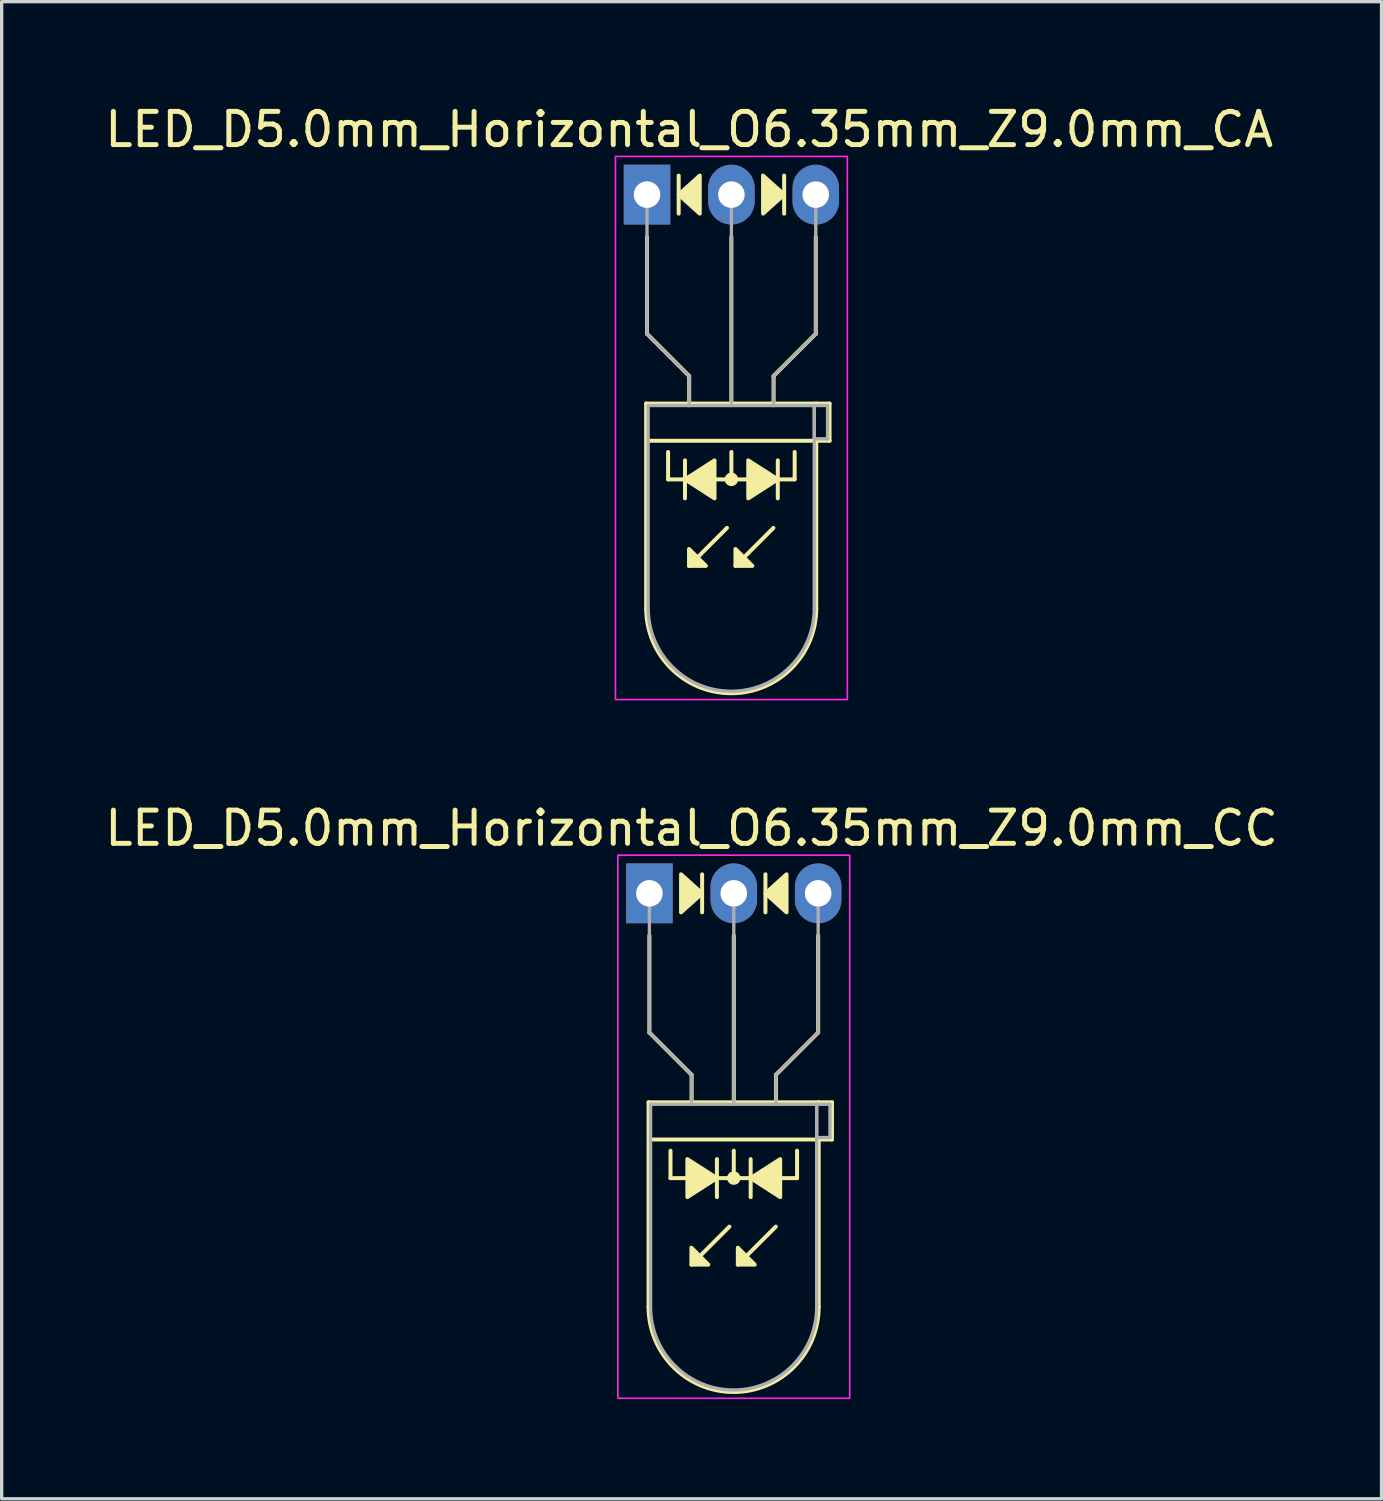
<source format=kicad_pcb>
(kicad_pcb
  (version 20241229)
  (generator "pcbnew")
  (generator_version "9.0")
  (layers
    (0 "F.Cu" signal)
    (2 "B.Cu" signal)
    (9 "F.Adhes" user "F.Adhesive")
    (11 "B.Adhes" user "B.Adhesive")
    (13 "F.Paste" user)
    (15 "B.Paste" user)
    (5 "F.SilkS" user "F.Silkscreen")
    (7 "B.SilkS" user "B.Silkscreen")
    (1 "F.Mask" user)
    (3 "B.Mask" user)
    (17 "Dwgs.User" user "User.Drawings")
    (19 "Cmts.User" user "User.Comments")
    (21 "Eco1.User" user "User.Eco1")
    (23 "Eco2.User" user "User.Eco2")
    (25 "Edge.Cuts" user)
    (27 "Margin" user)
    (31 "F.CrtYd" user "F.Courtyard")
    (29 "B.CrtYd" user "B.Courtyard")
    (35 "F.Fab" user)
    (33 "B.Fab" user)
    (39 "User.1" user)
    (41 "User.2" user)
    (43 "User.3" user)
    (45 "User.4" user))
  (footprint "LED_D5.0mm_Horizontal_O6.35mm_Z9.0mm_CA"
    (layer "F.Cu")
    (at 16.426 2.808)
    (property "Reference" "LED_D5.0mm_Horizontal_O6.35mm_Z9.0mm_CA" (at 1.27 -1.96 0) (layer "F.SilkS") (effects (font (size 1 1) (thickness 0.15))))
    (fp_line (start -0.025 6.29) (end -0.025 12.45) (stroke (width 0.12) (type solid)) (layer "F.SilkS"))
    (fp_line (start -0.025 6.29) (end 5.095 6.29) (stroke (width 0.12) (type solid)) (layer "F.SilkS"))
    (fp_line (start 0 1.27) (end 0 4.191) (stroke (width 0.12) (type default)) (layer "F.SilkS"))
    (fp_line (start 0 4.191) (end 1.27 5.461) (stroke (width 0.12) (type default)) (layer "F.SilkS"))
    (fp_line (start 0.635 8.572) (end 0.635 7.747) (stroke (width 0.12) (type default)) (layer "F.SilkS"))
    (fp_line (start 0.635 8.572) (end 4.445 8.572) (stroke (width 0.12) (type default)) (layer "F.SilkS"))
    (fp_line (start 0.953 -0.572) (end 0.953 0.572) (stroke (width 0.12) (type solid)) (layer "F.SilkS"))
    (fp_line (start 1.143 8.001) (end 1.143 9.144) (stroke (width 0.12) (type solid)) (layer "F.SilkS"))
    (fp_line (start 1.265 6.29) (end 1.265 6.29) (stroke (width 0.12) (type solid)) (layer "F.SilkS"))
    (fp_line (start 1.27 5.461) (end 1.27 6.29) (stroke (width 0.12) (type default)) (layer "F.SilkS"))
    (fp_line (start 2.408 10.033) (end 1.265 11.176) (stroke (width 0.12) (type solid)) (layer "F.SilkS"))
    (fp_line (start 2.54 6.29) (end 2.54 1.27) (stroke (width 0.12) (type default)) (layer "F.SilkS"))
    (fp_line (start 2.54 8.572) (end 2.54 7.747) (stroke (width 0.12) (type default)) (layer "F.SilkS"))
    (fp_line (start 3.805 6.29) (end 3.805 6.29) (stroke (width 0.12) (type solid)) (layer "F.SilkS"))
    (fp_line (start 3.805 10.033) (end 2.662 11.176) (stroke (width 0.12) (type solid)) (layer "F.SilkS"))
    (fp_line (start 3.81 5.461) (end 3.81 6.29) (stroke (width 0.12) (type default)) (layer "F.SilkS"))
    (fp_line (start 3.937 9.144) (end 3.937 8.001) (stroke (width 0.12) (type solid)) (layer "F.SilkS"))
    (fp_line (start 4.128 0.572) (end 4.128 -0.572) (stroke (width 0.12) (type solid)) (layer "F.SilkS"))
    (fp_line (start 4.445 8.572) (end 4.445 7.747) (stroke (width 0.12) (type default)) (layer "F.SilkS"))
    (fp_line (start 5.08 1.27) (end 5.08 4.191) (stroke (width 0.12) (type default)) (layer "F.SilkS"))
    (fp_line (start 5.08 4.191) (end 3.81 5.461) (stroke (width 0.12) (type default)) (layer "F.SilkS"))
    (fp_line (start 5.095 6.29) (end 5.495 6.29) (stroke (width 0.12) (type solid)) (layer "F.SilkS"))
    (fp_line (start 5.095 7.41) (end 5.095 12.45) (stroke (width 0.12) (type solid)) (layer "F.SilkS"))
    (fp_line (start 5.495 6.29) (end 5.495 7.41) (stroke (width 0.12) (type solid)) (layer "F.SilkS"))
    (fp_line (start 5.495 7.41) (end -0.005 7.41) (stroke (width 0.12) (type solid)) (layer "F.SilkS"))
    (fp_arc (start 5.095 12.45) (mid 2.535 15.01) (end -0.025 12.45) (stroke (width 0.12) (type solid)) (layer "F.SilkS"))
    (fp_circle (center 2.54 8.572) (end 2.682 8.572) (stroke (width 0.12) (type solid)) (fill yes) (layer "F.SilkS"))
    (fp_poly (pts (xy 1.265 10.668) (xy 1.773 11.176) (xy 1.265 11.176)) (stroke (width 0.12) (type solid)) (fill yes) (layer "F.SilkS"))
    (fp_poly (pts (xy 1.587 0.572) (xy 0.953 0) (xy 1.587 -0.572)) (stroke (width 0.12) (type solid)) (fill yes) (layer "F.SilkS"))
    (fp_poly (pts (xy 2.032 9.144) (xy 1.143 8.572) (xy 2.032 8.001)) (stroke (width 0.12) (type solid)) (fill yes) (layer "F.SilkS"))
    (fp_poly (pts (xy 2.662 10.668) (xy 3.17 11.176) (xy 2.662 11.176)) (stroke (width 0.12) (type solid)) (fill yes) (layer "F.SilkS"))
    (fp_poly (pts (xy 3.048 8.001) (xy 3.937 8.572) (xy 3.048 9.144)) (stroke (width 0.12) (type solid)) (fill yes) (layer "F.SilkS"))
    (fp_poly (pts (xy 3.493 -0.572) (xy 4.128 0) (xy 3.493 0.572)) (stroke (width 0.12) (type solid)) (fill yes) (layer "F.SilkS"))
    (fp_rect (start -0.95 -1.15) (end 6.03 15.2) (stroke (width 0.05) (type default)) (fill no) (layer "F.CrtYd"))
    (fp_line (start 0 0) (end 0 0) (stroke (width 0.1) (type solid)) (layer "F.Fab"))
    (fp_line (start 0 4.191) (end 0 0) (stroke (width 0.1) (type default)) (layer "F.Fab"))
    (fp_line (start 0.035 6.35) (end 0.035 12.45) (stroke (width 0.1) (type solid)) (layer "F.Fab"))
    (fp_line (start 0.035 6.35) (end 5.035 6.35) (stroke (width 0.1) (type solid)) (layer "F.Fab"))
    (fp_line (start 1.265 6.35) (end 1.265 6.35) (stroke (width 0.1) (type solid)) (layer "F.Fab"))
    (fp_line (start 1.27 5.461) (end 0 4.191) (stroke (width 0.1) (type default)) (layer "F.Fab"))
    (fp_line (start 1.27 5.461) (end 1.27 6.35) (stroke (width 0.1) (type default)) (layer "F.Fab"))
    (fp_line (start 2.54 0) (end 2.54 0) (stroke (width 0.1) (type solid)) (layer "F.Fab"))
    (fp_line (start 2.54 0) (end 2.54 6.35) (stroke (width 0.1) (type default)) (layer "F.Fab"))
    (fp_line (start 3.805 6.35) (end 3.805 6.35) (stroke (width 0.1) (type solid)) (layer "F.Fab"))
    (fp_line (start 3.81 5.461) (end 3.81 6.35) (stroke (width 0.1) (type default)) (layer "F.Fab"))
    (fp_line (start 3.81 5.461) (end 5.08 4.191) (stroke (width 0.1) (type default)) (layer "F.Fab"))
    (fp_line (start 5.035 6.35) (end 5.035 12.45) (stroke (width 0.1) (type solid)) (layer "F.Fab"))
    (fp_line (start 5.035 6.35) (end 5.435 6.35) (stroke (width 0.1) (type solid)) (layer "F.Fab"))
    (fp_line (start 5.035 7.35) (end 5.035 6.35) (stroke (width 0.1) (type solid)) (layer "F.Fab"))
    (fp_line (start 5.08 4.191) (end 5.08 0) (stroke (width 0.1) (type default)) (layer "F.Fab"))
    (fp_line (start 5.435 6.35) (end 5.435 7.35) (stroke (width 0.1) (type solid)) (layer "F.Fab"))
    (fp_line (start 5.435 7.35) (end 5.035 7.35) (stroke (width 0.1) (type solid)) (layer "F.Fab"))
    (fp_arc (start 5.035 12.45) (mid 2.535 14.95) (end 0.035 12.45) (stroke (width 0.1) (type solid)) (layer "F.Fab"))
    (pad "1" thru_hole rect (at 0 0) (size 1.4 1.8) (drill 0.8) (layers "*.Cu" "*.Mask"))
    (pad "2" thru_hole oval (at 2.54 0) (size 1.4 1.8) (drill 0.8) (layers "*.Cu" "*.Mask"))
    (pad "3" thru_hole oval (at 5.08 0) (size 1.4 1.8) (drill 0.8) (layers "*.Cu" "*.Mask")))
  (footprint "LED_D5.0mm_Horizontal_O6.35mm_Z9.0mm_CC"
    (layer "F.Cu")
    (at 16.498 23.841)
    (property "Reference" "LED_D5.0mm_Horizontal_O6.35mm_Z9.0mm_CC" (at 1.27 -1.96 0) (layer "F.SilkS") (effects (font (size 1 1) (thickness 0.15))))
    (fp_line (start -0.025 6.29) (end -0.025 12.45) (stroke (width 0.12) (type solid)) (layer "F.SilkS"))
    (fp_line (start -0.025 6.29) (end 5.095 6.29) (stroke (width 0.12) (type solid)) (layer "F.SilkS"))
    (fp_line (start 0 1.27) (end 0 4.191) (stroke (width 0.12) (type default)) (layer "F.SilkS"))
    (fp_line (start 0 4.191) (end 1.27 5.461) (stroke (width 0.12) (type default)) (layer "F.SilkS"))
    (fp_line (start 0.635 8.572) (end 0.635 7.747) (stroke (width 0.12) (type default)) (layer "F.SilkS"))
    (fp_line (start 0.635 8.572) (end 4.445 8.572) (stroke (width 0.12) (type default)) (layer "F.SilkS"))
    (fp_line (start 1.265 6.29) (end 1.265 6.29) (stroke (width 0.12) (type solid)) (layer "F.SilkS"))
    (fp_line (start 1.27 5.461) (end 1.27 6.29) (stroke (width 0.12) (type default)) (layer "F.SilkS"))
    (fp_line (start 1.587 0.572) (end 1.587 -0.572) (stroke (width 0.12) (type solid)) (layer "F.SilkS"))
    (fp_line (start 2.032 9.144) (end 2.032 8.001) (stroke (width 0.12) (type solid)) (layer "F.SilkS"))
    (fp_line (start 2.408 10.033) (end 1.265 11.176) (stroke (width 0.12) (type solid)) (layer "F.SilkS"))
    (fp_line (start 2.54 6.29) (end 2.54 1.27) (stroke (width 0.12) (type default)) (layer "F.SilkS"))
    (fp_line (start 2.54 8.572) (end 2.54 7.747) (stroke (width 0.12) (type default)) (layer "F.SilkS"))
    (fp_line (start 3.048 8.001) (end 3.048 9.144) (stroke (width 0.12) (type solid)) (layer "F.SilkS"))
    (fp_line (start 3.493 -0.572) (end 3.493 0.572) (stroke (width 0.12) (type solid)) (layer "F.SilkS"))
    (fp_line (start 3.805 6.29) (end 3.805 6.29) (stroke (width 0.12) (type solid)) (layer "F.SilkS"))
    (fp_line (start 3.805 10.033) (end 2.662 11.176) (stroke (width 0.12) (type solid)) (layer "F.SilkS"))
    (fp_line (start 3.81 5.461) (end 3.81 6.29) (stroke (width 0.12) (type default)) (layer "F.SilkS"))
    (fp_line (start 4.445 8.572) (end 4.445 7.747) (stroke (width 0.12) (type default)) (layer "F.SilkS"))
    (fp_line (start 5.08 1.27) (end 5.08 4.191) (stroke (width 0.12) (type default)) (layer "F.SilkS"))
    (fp_line (start 5.08 4.191) (end 3.81 5.461) (stroke (width 0.12) (type default)) (layer "F.SilkS"))
    (fp_line (start 5.095 6.29) (end 5.495 6.29) (stroke (width 0.12) (type solid)) (layer "F.SilkS"))
    (fp_line (start 5.095 7.41) (end 5.095 12.45) (stroke (width 0.12) (type solid)) (layer "F.SilkS"))
    (fp_line (start 5.495 6.29) (end 5.495 7.41) (stroke (width 0.12) (type solid)) (layer "F.SilkS"))
    (fp_line (start 5.495 7.41) (end -0.005 7.41) (stroke (width 0.12) (type solid)) (layer "F.SilkS"))
    (fp_arc (start 5.095 12.45) (mid 2.535 15.01) (end -0.025 12.45) (stroke (width 0.12) (type solid)) (layer "F.SilkS"))
    (fp_circle (center 2.54 8.572) (end 2.682 8.572) (stroke (width 0.12) (type solid)) (fill yes) (layer "F.SilkS"))
    (fp_poly (pts (xy 0.953 -0.572) (xy 1.587 0) (xy 0.953 0.572)) (stroke (width 0.12) (type solid)) (fill yes) (layer "F.SilkS"))
    (fp_poly (pts (xy 1.143 8.001) (xy 2.032 8.572) (xy 1.143 9.144)) (stroke (width 0.12) (type solid)) (fill yes) (layer "F.SilkS"))
    (fp_poly (pts (xy 1.265 10.668) (xy 1.773 11.176) (xy 1.265 11.176)) (stroke (width 0.12) (type solid)) (fill yes) (layer "F.SilkS"))
    (fp_poly (pts (xy 2.662 10.668) (xy 3.17 11.176) (xy 2.662 11.176)) (stroke (width 0.12) (type solid)) (fill yes) (layer "F.SilkS"))
    (fp_poly (pts (xy 3.937 9.144) (xy 3.048 8.572) (xy 3.937 8.001)) (stroke (width 0.12) (type solid)) (fill yes) (layer "F.SilkS"))
    (fp_poly (pts (xy 4.128 0.572) (xy 3.493 0) (xy 4.128 -0.572)) (stroke (width 0.12) (type solid)) (fill yes) (layer "F.SilkS"))
    (fp_rect (start -0.95 -1.15) (end 6.03 15.2) (stroke (width 0.05) (type default)) (fill no) (layer "F.CrtYd"))
    (fp_line (start 0 0) (end 0 0) (stroke (width 0.1) (type solid)) (layer "F.Fab"))
    (fp_line (start 0 4.191) (end 0 0) (stroke (width 0.1) (type default)) (layer "F.Fab"))
    (fp_line (start 0.035 6.35) (end 0.035 12.45) (stroke (width 0.1) (type solid)) (layer "F.Fab"))
    (fp_line (start 0.035 6.35) (end 5.035 6.35) (stroke (width 0.1) (type solid)) (layer "F.Fab"))
    (fp_line (start 1.265 6.35) (end 1.265 6.35) (stroke (width 0.1) (type solid)) (layer "F.Fab"))
    (fp_line (start 1.27 5.461) (end 0 4.191) (stroke (width 0.1) (type default)) (layer "F.Fab"))
    (fp_line (start 1.27 5.461) (end 1.27 6.35) (stroke (width 0.1) (type default)) (layer "F.Fab"))
    (fp_line (start 2.54 0) (end 2.54 0) (stroke (width 0.1) (type solid)) (layer "F.Fab"))
    (fp_line (start 2.54 0) (end 2.54 6.35) (stroke (width 0.1) (type default)) (layer "F.Fab"))
    (fp_line (start 3.805 6.35) (end 3.805 6.35) (stroke (width 0.1) (type solid)) (layer "F.Fab"))
    (fp_line (start 3.81 5.461) (end 3.81 6.35) (stroke (width 0.1) (type default)) (layer "F.Fab"))
    (fp_line (start 3.81 5.461) (end 5.08 4.191) (stroke (width 0.1) (type default)) (layer "F.Fab"))
    (fp_line (start 5.035 6.35) (end 5.035 12.45) (stroke (width 0.1) (type solid)) (layer "F.Fab"))
    (fp_line (start 5.035 6.35) (end 5.435 6.35) (stroke (width 0.1) (type solid)) (layer "F.Fab"))
    (fp_line (start 5.035 7.35) (end 5.035 6.35) (stroke (width 0.1) (type solid)) (layer "F.Fab"))
    (fp_line (start 5.08 4.191) (end 5.08 0) (stroke (width 0.1) (type default)) (layer "F.Fab"))
    (fp_line (start 5.435 6.35) (end 5.435 7.35) (stroke (width 0.1) (type solid)) (layer "F.Fab"))
    (fp_line (start 5.435 7.35) (end 5.035 7.35) (stroke (width 0.1) (type solid)) (layer "F.Fab"))
    (fp_arc (start 5.035 12.45) (mid 2.535 14.95) (end 0.035 12.45) (stroke (width 0.1) (type solid)) (layer "F.Fab"))
    (pad "1" thru_hole rect (at 0 0) (size 1.4 1.8) (drill 0.8) (layers "*.Cu" "*.Mask"))
    (pad "2" thru_hole oval (at 2.54 0) (size 1.4 1.8) (drill 0.8) (layers "*.Cu" "*.Mask"))
    (pad "3" thru_hole oval (at 5.08 0) (size 1.4 1.8) (drill 0.8) (layers "*.Cu" "*.Mask")))
  (gr_rect
    (start -3 -3)
    (end 38.536 42.066)
    (stroke (width 0.1) (type default))
    (fill no)
    (layer "Edge.Cuts")))
</source>
